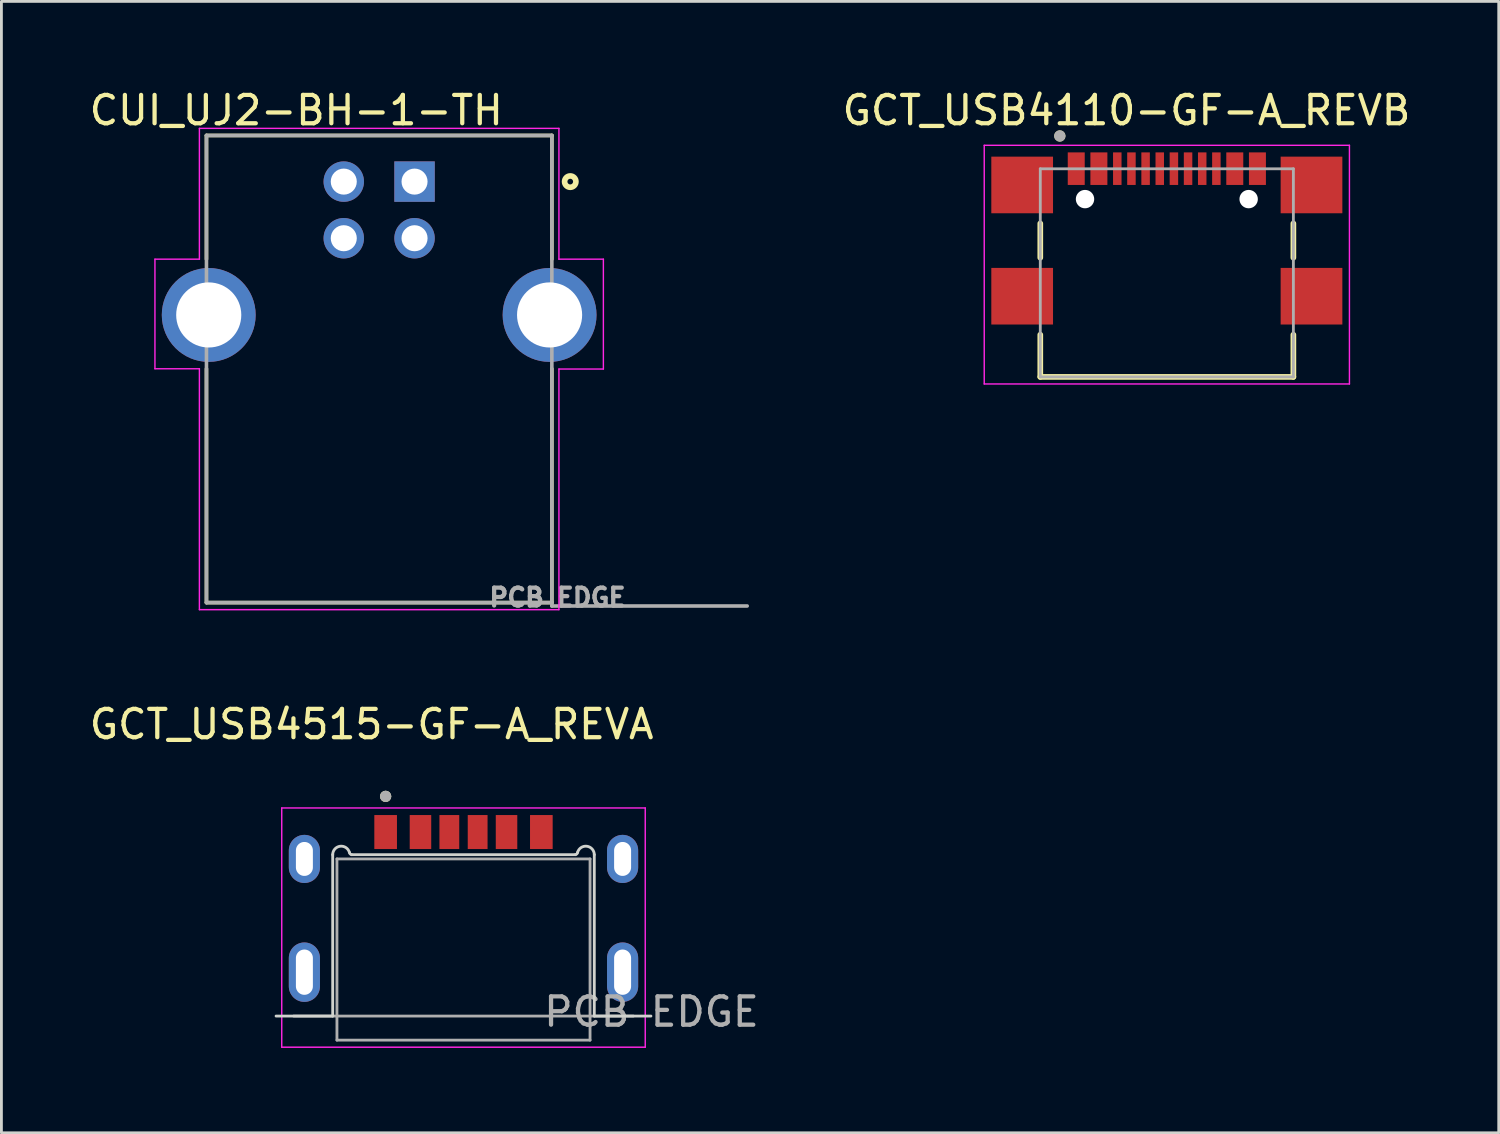
<source format=kicad_pcb>
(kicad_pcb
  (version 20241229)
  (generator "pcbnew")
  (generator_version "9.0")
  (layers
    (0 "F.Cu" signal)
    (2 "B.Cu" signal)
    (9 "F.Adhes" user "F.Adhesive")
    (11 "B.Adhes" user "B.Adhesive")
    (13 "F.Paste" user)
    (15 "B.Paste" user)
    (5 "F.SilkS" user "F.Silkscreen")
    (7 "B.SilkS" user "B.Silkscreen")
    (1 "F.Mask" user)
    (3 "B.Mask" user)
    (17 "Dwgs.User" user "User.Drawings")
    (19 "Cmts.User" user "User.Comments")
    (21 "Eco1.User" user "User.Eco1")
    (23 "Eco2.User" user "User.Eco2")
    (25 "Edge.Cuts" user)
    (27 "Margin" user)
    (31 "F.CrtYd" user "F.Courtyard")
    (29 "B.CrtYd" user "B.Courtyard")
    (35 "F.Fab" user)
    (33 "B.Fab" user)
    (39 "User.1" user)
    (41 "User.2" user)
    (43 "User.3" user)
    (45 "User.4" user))
  (footprint "CUI_UJ2-BH-1-TH"
    (layer "F.Cu")
    (at 23.343 18.355)
    (property "Reference" "CUI_UJ2-BH-1-TH" (at -15.928 -17.507 0) (layer "F.SilkS") (effects (font (size 1.001 1.001) (thickness 0.15))))
    (attr through_hole)
    (fp_line (start -19.1 -16.62) (end -6.9 -16.62) (stroke (width 0.127) (type solid)) (layer "F.SilkS"))
    (fp_line (start -19.1 -12.25) (end -19.1 -16.62) (stroke (width 0.127) (type solid)) (layer "F.SilkS"))
    (fp_line (start -19.1 -8.38) (end -19.1 -0.12) (stroke (width 0.127) (type solid)) (layer "F.SilkS"))
    (fp_line (start -19.1 -0.12) (end -6.9 -0.12) (stroke (width 0.127) (type solid)) (layer "F.SilkS"))
    (fp_line (start -6.9 -16.62) (end -6.9 -12.25) (stroke (width 0.127) (type solid)) (layer "F.SilkS"))
    (fp_line (start -6.9 -0.12) (end -6.9 -8.38) (stroke (width 0.127) (type solid)) (layer "F.SilkS"))
    (fp_circle (center -6.25 -14.99) (end -6.05 -14.99) (stroke (width 0.2) (type solid)) (fill no) (layer "F.SilkS"))
    (fp_line (start -20.92 -12.25) (end -19.35 -12.25) (stroke (width 0.05) (type solid)) (layer "F.CrtYd"))
    (fp_line (start -20.92 -8.38) (end -20.92 -12.25) (stroke (width 0.05) (type solid)) (layer "F.CrtYd"))
    (fp_line (start -19.35 -16.87) (end -6.65 -16.87) (stroke (width 0.05) (type solid)) (layer "F.CrtYd"))
    (fp_line (start -19.35 -12.25) (end -19.35 -16.87) (stroke (width 0.05) (type solid)) (layer "F.CrtYd"))
    (fp_line (start -19.35 -8.38) (end -20.92 -8.38) (stroke (width 0.05) (type solid)) (layer "F.CrtYd"))
    (fp_line (start -19.35 0.13) (end -19.35 -8.38) (stroke (width 0.05) (type solid)) (layer "F.CrtYd"))
    (fp_line (start -6.65 -16.87) (end -6.65 -12.25) (stroke (width 0.05) (type solid)) (layer "F.CrtYd"))
    (fp_line (start -6.65 -12.25) (end -5.08 -12.25) (stroke (width 0.05) (type solid)) (layer "F.CrtYd"))
    (fp_line (start -6.65 -8.37) (end -6.65 0.13) (stroke (width 0.05) (type solid)) (layer "F.CrtYd"))
    (fp_line (start -6.65 0.13) (end -19.35 0.13) (stroke (width 0.05) (type solid)) (layer "F.CrtYd"))
    (fp_line (start -5.08 -12.25) (end -5.08 -8.37) (stroke (width 0.05) (type solid)) (layer "F.CrtYd"))
    (fp_line (start -5.08 -8.37) (end -6.65 -8.37) (stroke (width 0.05) (type solid)) (layer "F.CrtYd"))
    (fp_line (start -19.1 -16.62) (end -6.9 -16.62) (stroke (width 0.127) (type solid)) (layer "F.Fab"))
    (fp_line (start -19.1 -0.12) (end -19.1 -16.62) (stroke (width 0.127) (type solid)) (layer "F.Fab"))
    (fp_line (start -6.9 -16.62) (end -6.9 -0.12) (stroke (width 0.127) (type solid)) (layer "F.Fab"))
    (fp_line (start -6.9 -0.12) (end -19.1 -0.12) (stroke (width 0.127) (type solid)) (layer "F.Fab"))
    (fp_line (start -6.9 -0.12) (end -6.9 0) (stroke (width 0.127) (type solid)) (layer "F.Fab"))
    (fp_line (start -6.9 0) (end 0 0) (stroke (width 0.127) (type solid)) (layer "F.Fab"))
    (fp_circle (center -11.75 -14.99) (end -11.55 -14.99) (stroke (width 0.4) (type solid)) (fill no) (layer "F.Fab"))
    (fp_text user "PCB EDGE" (at -6.7 -0.301 0) (layer "F.Fab") (effects (font (size 0.631 0.631) (thickness 0.15))))
    (pad "1" thru_hole rect (at -11.75 -14.99) (size 1.428 1.428) (drill 0.92) (layers "*.Cu" "*.Mask"))
    (pad "2" thru_hole circle (at -14.25 -14.99) (size 1.428 1.428) (drill 0.92) (layers "*.Cu" "*.Mask"))
    (pad "3" thru_hole circle (at -14.25 -12.99) (size 1.428 1.428) (drill 0.92) (layers "*.Cu" "*.Mask"))
    (pad "4" thru_hole circle (at -11.75 -12.99) (size 1.428 1.428) (drill 0.92) (layers "*.Cu" "*.Mask"))
    (pad "SH1" thru_hole circle (at -19.02 -10.28) (size 3.316 3.316) (drill 2.3) (layers "*.Cu" "*.Mask"))
    (pad "SH2" thru_hole circle (at -6.98 -10.28) (size 3.316 3.316) (drill 2.3) (layers "*.Cu" "*.Mask")))
  (footprint "GCT_USB4515-GF-A_REVA"
    (layer "F.Cu")
    (at 6.702 32.84)
    (property "Reference" "GCT_USB4515-GF-A_REVA" (at 3.375 -10.305 0) (layer "F.SilkS") (effects (font (size 1 1) (thickness 0.15))))
    (attr smd)
    (fp_circle (center 3.87 -7.76) (end 3.97 -7.76) (stroke (width 0.2) (type solid)) (fill no) (layer "F.SilkS"))
    (fp_line (start 0 0) (end 2 0) (stroke (width 0.1) (type solid)) (layer "Edge.Cuts"))
    (fp_line (start 2 0) (end 2 -5.7) (stroke (width 0.1) (type solid)) (layer "Edge.Cuts"))
    (fp_line (start 2.67 -5.7) (end 10.57 -5.7) (stroke (width 0.1) (type solid)) (layer "Edge.Cuts"))
    (fp_line (start 11.24 -5.7) (end 11.24 0) (stroke (width 0.1) (type solid)) (layer "Edge.Cuts"))
    (fp_line (start 11.24 0) (end 13.24 0) (stroke (width 0.1) (type solid)) (layer "Edge.Cuts"))
    (fp_arc (start 2 -5.7) (mid 2.260057 -5.997698) (end 2.59 -5.78) (stroke (width 0.1) (type solid)) (layer "Edge.Cuts"))
    (fp_arc (start 2.67 -5.7) (mid 2.616729 -5.726729) (end 2.59 -5.78) (stroke (width 0.1) (type solid)) (layer "Edge.Cuts"))
    (fp_arc (start 10.65 -5.78) (mid 10.62328 -5.72672) (end 10.57 -5.7) (stroke (width 0.1) (type solid)) (layer "Edge.Cuts"))
    (fp_arc (start 10.65 -5.78) (mid 10.979941 -5.997699) (end 11.24 -5.7) (stroke (width 0.1) (type solid)) (layer "Edge.Cuts"))
    (fp_line (start 0.2 -7.35) (end 0.2 1.1) (stroke (width 0.05) (type solid)) (layer "F.CrtYd"))
    (fp_line (start 0.2 1.1) (end 13.04 1.1) (stroke (width 0.05) (type solid)) (layer "F.CrtYd"))
    (fp_line (start 13.04 -7.35) (end 0.2 -7.35) (stroke (width 0.05) (type solid)) (layer "F.CrtYd"))
    (fp_line (start 13.04 1.1) (end 13.04 -7.35) (stroke (width 0.05) (type solid)) (layer "F.CrtYd"))
    (fp_line (start 2.15 -5.55) (end 11.09 -5.55) (stroke (width 0.1) (type solid)) (layer "F.Fab"))
    (fp_line (start 2.15 0.85) (end 2.15 -5.55) (stroke (width 0.1) (type solid)) (layer "F.Fab"))
    (fp_line (start 11.09 -5.55) (end 11.09 0.85) (stroke (width 0.1) (type solid)) (layer "F.Fab"))
    (fp_line (start 11.09 0.85) (end 2.15 0.85) (stroke (width 0.1) (type solid)) (layer "F.Fab"))
    (fp_line (start 12.62 0) (end 0.62 0) (stroke (width 0.1) (type solid)) (layer "F.Fab"))
    (fp_circle (center 3.87 -7.76) (end 3.97 -7.76) (stroke (width 0.2) (type solid)) (fill no) (layer "F.Fab"))
    (fp_text user "PCB EDGE" (at 13.26 -0.15 0) (layer "F.Fab") (effects (font (size 1 1) (thickness 0.15))))
    (pad "1" smd rect (at 3.87 -6.5) (size 0.8 1.2) (layers "F.Cu" "F.Mask" "F.Paste"))
    (pad "2" smd rect (at 5.1 -6.5) (size 0.76 1.2) (layers "F.Cu" "F.Mask" "F.Paste"))
    (pad "3" smd rect (at 6.12 -6.5) (size 0.7 1.2) (layers "F.Cu" "F.Mask" "F.Paste"))
    (pad "4" smd rect (at 7.12 -6.5) (size 0.7 1.2) (layers "F.Cu" "F.Mask" "F.Paste"))
    (pad "5" smd rect (at 8.14 -6.5) (size 0.76 1.2) (layers "F.Cu" "F.Mask" "F.Paste"))
    (pad "6" smd rect (at 9.37 -6.5) (size 0.8 1.2) (layers "F.Cu" "F.Mask" "F.Paste"))
    (pad "7" thru_hole oval (at 1 -5.55) (size 1.1 1.7) (drill oval 0.6 1.2) (layers "*.Cu" "*.Mask"))
    (pad "7" thru_hole oval (at 1 -1.55) (size 1.1 2.1) (drill oval 0.6 1.6) (layers "*.Cu" "*.Mask"))
    (pad "7" thru_hole oval (at 12.24 -5.55) (size 1.1 1.7) (drill oval 0.6 1.2) (layers "*.Cu" "*.Mask"))
    (pad "7" thru_hole oval (at 12.24 -1.55) (size 1.1 2.1) (drill oval 0.6 1.6) (layers "*.Cu" "*.Mask")))
  (footprint "GCT_USB4110-GF-A_REVB"
    (layer "F.Cu")
    (at 38.166 3.983)
    (property "Reference" "GCT_USB4110-GF-A_REVB" (at -1.425 -3.135 0) (layer "F.SilkS") (effects (font (size 1 1) (thickness 0.15))))
    (attr smd)
    (fp_line (start -4.47 0.86) (end -4.47 2.07) (stroke (width 0.2) (type solid)) (layer "F.SilkS"))
    (fp_line (start -4.47 4.79) (end -4.47 6.28) (stroke (width 0.2) (type solid)) (layer "F.SilkS"))
    (fp_line (start -4.47 6.28) (end 4.47 6.28) (stroke (width 0.2) (type solid)) (layer "F.SilkS"))
    (fp_line (start 4.47 0.86) (end 4.47 2.07) (stroke (width 0.2) (type solid)) (layer "F.SilkS"))
    (fp_line (start 4.47 6.28) (end 4.47 4.79) (stroke (width 0.2) (type solid)) (layer "F.SilkS"))
    (fp_circle (center -3.78 -2.23) (end -3.68 -2.23) (stroke (width 0.2) (type solid)) (fill no) (layer "F.SilkS"))
    (fp_line (start -6.45 -1.9) (end 6.45 -1.9) (stroke (width 0.05) (type solid)) (layer "F.CrtYd"))
    (fp_line (start -6.45 6.53) (end -6.45 -1.9) (stroke (width 0.05) (type solid)) (layer "F.CrtYd"))
    (fp_line (start 6.45 -1.9) (end 6.45 6.53) (stroke (width 0.05) (type solid)) (layer "F.CrtYd"))
    (fp_line (start 6.45 6.53) (end -6.45 6.53) (stroke (width 0.05) (type solid)) (layer "F.CrtYd"))
    (fp_line (start -4.47 -1.07) (end -4.47 6.28) (stroke (width 0.1) (type solid)) (layer "F.Fab"))
    (fp_line (start -4.47 6.28) (end 4.47 6.28) (stroke (width 0.1) (type solid)) (layer "F.Fab"))
    (fp_line (start 4.47 -1.07) (end -4.47 -1.07) (stroke (width 0.1) (type solid)) (layer "F.Fab"))
    (fp_line (start 4.47 6.28) (end 4.47 -1.07) (stroke (width 0.1) (type solid)) (layer "F.Fab"))
    (fp_circle (center -3.78 -2.23) (end -3.68 -2.23) (stroke (width 0.2) (type solid)) (fill no) (layer "F.Fab"))
    (pad "" np_thru_hole circle (at -2.89 0) (size 0.65 0.65) (drill 0.65) (layers "*.Cu" "*.Mask"))
    (pad "" np_thru_hole circle (at 2.89 0) (size 0.65 0.65) (drill 0.65) (layers "*.Cu" "*.Mask"))
    (pad "A1/B12" smd rect (at -3.2 -1.075) (size 0.6 1.15) (layers "F.Cu" "F.Mask" "F.Paste"))
    (pad "A4/B9" smd rect (at -2.4 -1.075) (size 0.6 1.15) (layers "F.Cu" "F.Mask" "F.Paste"))
    (pad "A5" smd rect (at -1.25 -1.075) (size 0.3 1.15) (layers "F.Cu" "F.Mask" "F.Paste"))
    (pad "A6" smd rect (at -0.25 -1.075) (size 0.3 1.15) (layers "F.Cu" "F.Mask" "F.Paste"))
    (pad "A7" smd rect (at 0.25 -1.075) (size 0.3 1.15) (layers "F.Cu" "F.Mask" "F.Paste"))
    (pad "A8" smd rect (at 1.25 -1.075) (size 0.3 1.15) (layers "F.Cu" "F.Mask" "F.Paste"))
    (pad "B1/A12" smd rect (at 3.2 -1.075) (size 0.6 1.15) (layers "F.Cu" "F.Mask" "F.Paste"))
    (pad "B4/A9" smd rect (at 2.4 -1.075) (size 0.6 1.15) (layers "F.Cu" "F.Mask" "F.Paste"))
    (pad "B5" smd rect (at 1.75 -1.075) (size 0.3 1.15) (layers "F.Cu" "F.Mask" "F.Paste"))
    (pad "B6" smd rect (at 0.75 -1.075) (size 0.3 1.15) (layers "F.Cu" "F.Mask" "F.Paste"))
    (pad "B7" smd rect (at -0.75 -1.075) (size 0.3 1.15) (layers "F.Cu" "F.Mask" "F.Paste"))
    (pad "B8" smd rect (at -1.75 -1.075) (size 0.3 1.15) (layers "F.Cu" "F.Mask" "F.Paste"))
    (pad "S1" smd rect (at -5.11 -0.5) (size 2.18 2) (layers "F.Cu" "F.Mask" "F.Paste"))
    (pad "S2" smd rect (at 5.11 -0.5) (size 2.18 2) (layers "F.Cu" "F.Mask" "F.Paste"))
    (pad "S3" smd rect (at -5.11 3.43) (size 2.18 2) (layers "F.Cu" "F.Mask" "F.Paste"))
    (pad "S4" smd rect (at 5.11 3.43) (size 2.18 2) (layers "F.Cu" "F.Mask" "F.Paste")))
  (gr_rect
    (start -3 -3)
    (end 49.89 36.965)
    (stroke (width 0.1) (type default))
    (fill no)
    (layer "Edge.Cuts")))
</source>
